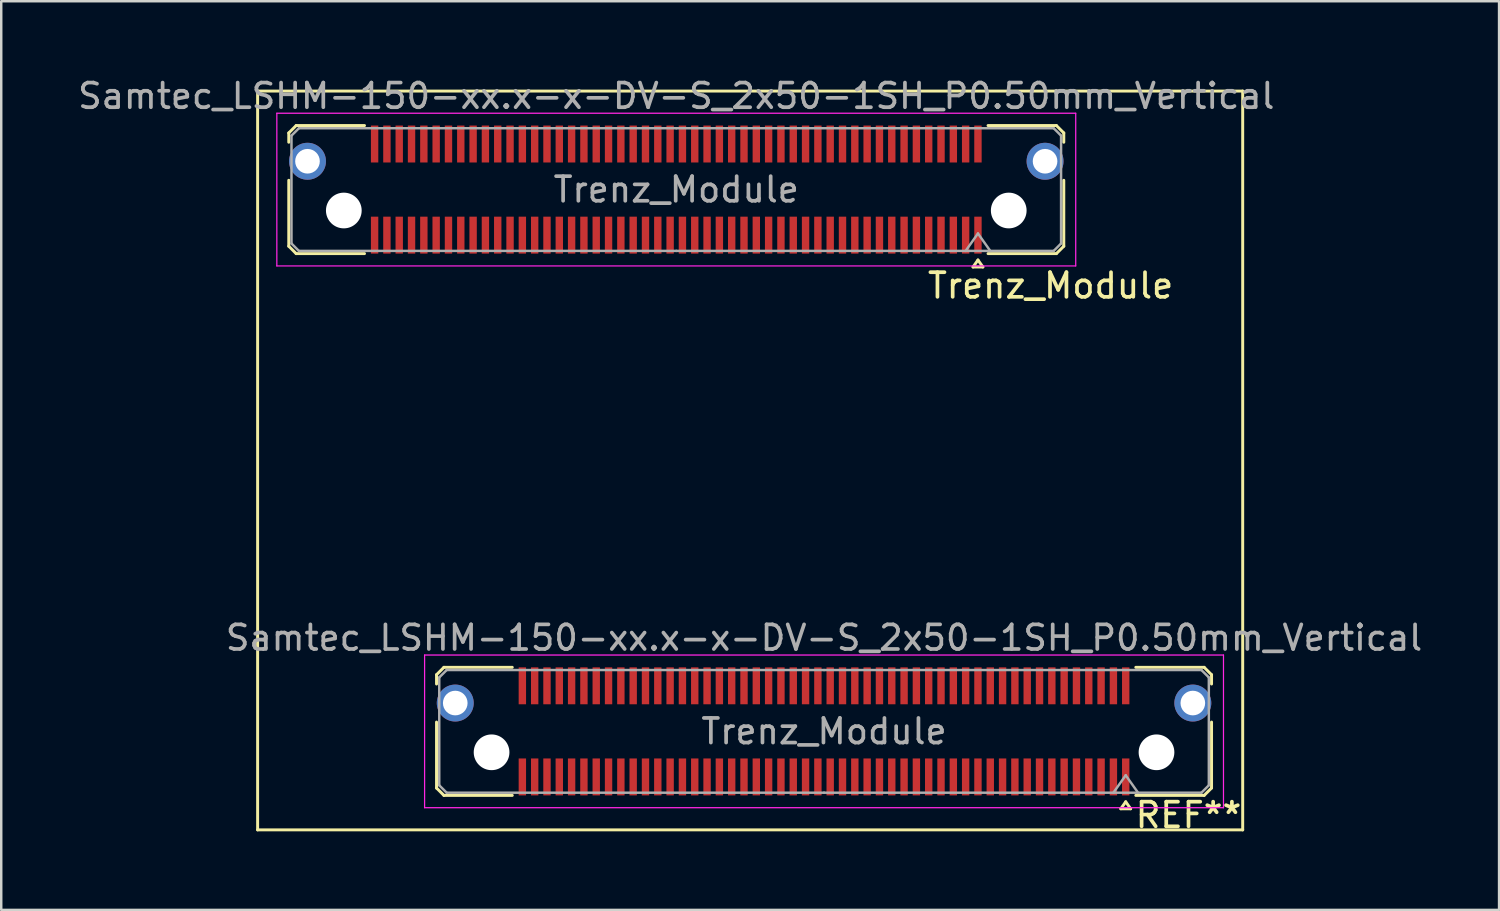
<source format=kicad_pcb>
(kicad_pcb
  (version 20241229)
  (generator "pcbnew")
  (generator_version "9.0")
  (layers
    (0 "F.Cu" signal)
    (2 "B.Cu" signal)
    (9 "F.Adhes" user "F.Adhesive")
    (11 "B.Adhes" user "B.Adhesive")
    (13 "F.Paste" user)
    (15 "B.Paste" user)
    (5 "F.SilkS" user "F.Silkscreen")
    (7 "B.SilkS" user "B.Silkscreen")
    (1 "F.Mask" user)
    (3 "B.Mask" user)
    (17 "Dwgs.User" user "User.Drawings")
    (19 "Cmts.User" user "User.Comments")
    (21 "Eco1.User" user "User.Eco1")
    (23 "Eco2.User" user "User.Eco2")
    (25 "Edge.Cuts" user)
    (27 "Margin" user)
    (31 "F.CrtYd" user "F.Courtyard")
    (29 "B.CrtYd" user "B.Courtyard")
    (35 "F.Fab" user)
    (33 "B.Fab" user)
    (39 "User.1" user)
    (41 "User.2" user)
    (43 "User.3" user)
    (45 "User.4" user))
  (footprint "Trenz_Module"
    (layer "F.Cu")
    (at 27.411 15.648)
    (property "Reference" "Trenz_Module" (at 12.2 -7.1 180) (layer "F.SilkS") (effects (font (size 1 1) (thickness 0.15))))
    (attr through_hole)
    (fp_line (start -20 -15) (end 20 -15) (stroke (width 0.12) (type solid)) (layer "F.SilkS"))
    (fp_line (start -20 15) (end -20 -15) (stroke (width 0.12) (type solid)) (layer "F.SilkS"))
    (fp_line (start -18.735 -13.3) (end -18.435 -13.6) (stroke (width 0.12) (type solid)) (layer "F.SilkS"))
    (fp_line (start -18.735 -12.923) (end -18.735 -13.3) (stroke (width 0.12) (type solid)) (layer "F.SilkS"))
    (fp_line (start -18.735 -8.7) (end -18.735 -11.377) (stroke (width 0.12) (type solid)) (layer "F.SilkS"))
    (fp_line (start -18.435 -13.6) (end -15.66 -13.6) (stroke (width 0.12) (type solid)) (layer "F.SilkS"))
    (fp_line (start -18.435 -8.4) (end -18.735 -8.7) (stroke (width 0.12) (type solid)) (layer "F.SilkS"))
    (fp_line (start -15.66 -8.4) (end -18.435 -8.4) (stroke (width 0.12) (type solid)) (layer "F.SilkS"))
    (fp_line (start -12.735 8.7) (end -12.435 8.4) (stroke (width 0.12) (type solid)) (layer "F.SilkS"))
    (fp_line (start -12.735 9.077) (end -12.735 8.7) (stroke (width 0.12) (type solid)) (layer "F.SilkS"))
    (fp_line (start -12.735 13.3) (end -12.735 10.623) (stroke (width 0.12) (type solid)) (layer "F.SilkS"))
    (fp_line (start -12.435 8.4) (end -9.66 8.4) (stroke (width 0.12) (type solid)) (layer "F.SilkS"))
    (fp_line (start -12.435 13.6) (end -12.735 13.3) (stroke (width 0.12) (type solid)) (layer "F.SilkS"))
    (fp_line (start -9.66 13.6) (end -12.435 13.6) (stroke (width 0.12) (type solid)) (layer "F.SilkS"))
    (fp_line (start 9.05 -7.857) (end 9.25 -8.14) (stroke (width 0.12) (type solid)) (layer "F.SilkS"))
    (fp_line (start 9.25 -8.14) (end 9.45 -7.857) (stroke (width 0.12) (type solid)) (layer "F.SilkS"))
    (fp_line (start 9.45 -7.857) (end 9.05 -7.857) (stroke (width 0.12) (type solid)) (layer "F.SilkS"))
    (fp_line (start 9.66 -8.4) (end 12.435 -8.4) (stroke (width 0.12) (type solid)) (layer "F.SilkS"))
    (fp_line (start 12.435 -13.6) (end 9.66 -13.6) (stroke (width 0.12) (type solid)) (layer "F.SilkS"))
    (fp_line (start 12.435 -8.4) (end 12.735 -8.7) (stroke (width 0.12) (type solid)) (layer "F.SilkS"))
    (fp_line (start 12.735 -13.3) (end 12.435 -13.6) (stroke (width 0.12) (type solid)) (layer "F.SilkS"))
    (fp_line (start 12.735 -12.923) (end 12.735 -13.3) (stroke (width 0.12) (type solid)) (layer "F.SilkS"))
    (fp_line (start 12.735 -8.7) (end 12.735 -11.377) (stroke (width 0.12) (type solid)) (layer "F.SilkS"))
    (fp_line (start 15.05 14.143) (end 15.25 13.86) (stroke (width 0.12) (type solid)) (layer "F.SilkS"))
    (fp_line (start 15.25 13.86) (end 15.45 14.143) (stroke (width 0.12) (type solid)) (layer "F.SilkS"))
    (fp_line (start 15.45 14.143) (end 15.05 14.143) (stroke (width 0.12) (type solid)) (layer "F.SilkS"))
    (fp_line (start 15.66 13.6) (end 18.435 13.6) (stroke (width 0.12) (type solid)) (layer "F.SilkS"))
    (fp_line (start 18.435 8.4) (end 15.66 8.4) (stroke (width 0.12) (type solid)) (layer "F.SilkS"))
    (fp_line (start 18.435 13.6) (end 18.735 13.3) (stroke (width 0.12) (type solid)) (layer "F.SilkS"))
    (fp_line (start 18.735 8.7) (end 18.435 8.4) (stroke (width 0.12) (type solid)) (layer "F.SilkS"))
    (fp_line (start 18.735 9.077) (end 18.735 8.7) (stroke (width 0.12) (type solid)) (layer "F.SilkS"))
    (fp_line (start 18.735 13.3) (end 18.735 10.623) (stroke (width 0.12) (type solid)) (layer "F.SilkS"))
    (fp_line (start 20 -15) (end 20 15) (stroke (width 0.12) (type solid)) (layer "F.SilkS"))
    (fp_line (start 20 15) (end -20 15) (stroke (width 0.12) (type solid)) (layer "F.SilkS"))
    (fp_line (start -19.22 -14.1) (end -19.22 -7.9) (stroke (width 0.05) (type solid)) (layer "F.CrtYd"))
    (fp_line (start -19.22 -7.9) (end 13.22 -7.9) (stroke (width 0.05) (type solid)) (layer "F.CrtYd"))
    (fp_line (start -13.22 7.9) (end -13.22 14.1) (stroke (width 0.05) (type solid)) (layer "F.CrtYd"))
    (fp_line (start -13.22 14.1) (end 19.22 14.1) (stroke (width 0.05) (type solid)) (layer "F.CrtYd"))
    (fp_line (start 13.22 -14.1) (end -19.22 -14.1) (stroke (width 0.05) (type solid)) (layer "F.CrtYd"))
    (fp_line (start 13.22 -7.9) (end 13.22 -14.1) (stroke (width 0.05) (type solid)) (layer "F.CrtYd"))
    (fp_line (start 19.22 7.9) (end -13.22 7.9) (stroke (width 0.05) (type solid)) (layer "F.CrtYd"))
    (fp_line (start 19.22 14.1) (end 19.22 7.9) (stroke (width 0.05) (type solid)) (layer "F.CrtYd"))
    (fp_line (start -18.625 -13.19) (end -18.325 -13.49) (stroke (width 0.1) (type solid)) (layer "F.Fab"))
    (fp_line (start -18.625 -8.81) (end -18.625 -13.19) (stroke (width 0.1) (type solid)) (layer "F.Fab"))
    (fp_line (start -18.325 -13.49) (end -3 -13.49) (stroke (width 0.1) (type solid)) (layer "F.Fab"))
    (fp_line (start -18.325 -8.51) (end -18.625 -8.81) (stroke (width 0.1) (type solid)) (layer "F.Fab"))
    (fp_line (start -12.625 8.81) (end -12.325 8.51) (stroke (width 0.1) (type solid)) (layer "F.Fab"))
    (fp_line (start -12.625 13.19) (end -12.625 8.81) (stroke (width 0.1) (type solid)) (layer "F.Fab"))
    (fp_line (start -12.325 8.51) (end 3 8.51) (stroke (width 0.1) (type solid)) (layer "F.Fab"))
    (fp_line (start -12.325 13.49) (end -12.625 13.19) (stroke (width 0.1) (type solid)) (layer "F.Fab"))
    (fp_line (start -3 -8.51) (end -18.325 -8.51) (stroke (width 0.1) (type solid)) (layer "F.Fab"))
    (fp_line (start -3 -8.51) (end 12.325 -8.51) (stroke (width 0.1) (type solid)) (layer "F.Fab"))
    (fp_line (start 3 13.49) (end -12.325 13.49) (stroke (width 0.1) (type solid)) (layer "F.Fab"))
    (fp_line (start 3 13.49) (end 18.325 13.49) (stroke (width 0.1) (type solid)) (layer "F.Fab"))
    (fp_line (start 9.25 -9.217) (end 8.75 -8.51) (stroke (width 0.1) (type solid)) (layer "F.Fab"))
    (fp_line (start 9.75 -8.51) (end 9.25 -9.217) (stroke (width 0.1) (type solid)) (layer "F.Fab"))
    (fp_line (start 12.325 -13.49) (end -3 -13.49) (stroke (width 0.1) (type solid)) (layer "F.Fab"))
    (fp_line (start 12.325 -8.51) (end 12.625 -8.81) (stroke (width 0.1) (type solid)) (layer "F.Fab"))
    (fp_line (start 12.625 -13.19) (end 12.325 -13.49) (stroke (width 0.1) (type solid)) (layer "F.Fab"))
    (fp_line (start 12.625 -8.81) (end 12.625 -13.19) (stroke (width 0.1) (type solid)) (layer "F.Fab"))
    (fp_line (start 15.25 12.783) (end 14.75 13.49) (stroke (width 0.1) (type solid)) (layer "F.Fab"))
    (fp_line (start 15.75 13.49) (end 15.25 12.783) (stroke (width 0.1) (type solid)) (layer "F.Fab"))
    (fp_line (start 18.325 8.51) (end 3 8.51) (stroke (width 0.1) (type solid)) (layer "F.Fab"))
    (fp_line (start 18.325 13.49) (end 18.625 13.19) (stroke (width 0.1) (type solid)) (layer "F.Fab"))
    (fp_line (start 18.625 8.81) (end 18.325 8.51) (stroke (width 0.1) (type solid)) (layer "F.Fab"))
    (fp_line (start 18.625 13.19) (end 18.625 8.81) (stroke (width 0.1) (type solid)) (layer "F.Fab"))
    (fp_text user "REF**" (at 17.8 14.4 180) (layer "F.SilkS") (effects (font (size 1 1) (thickness 0.15))))
    (fp_text user "Samtec_LSHM-150-xx.x-x-DV-S_2x50-1SH_P0.50mm_Vertical" (at 3 7.2 180) (layer "F.Fab") (effects (font (size 1 1) (thickness 0.15))))
    (fp_text user "Samtec_LSHM-150-xx.x-x-DV-S_2x50-1SH_P0.50mm_Vertical" (at -3 -14.8 180) (layer "F.Fab") (effects (font (size 1 1) (thickness 0.15))))
    (fp_text user "${REFERENCE}" (at -3 -11 180) (layer "F.Fab") (effects (font (size 1 1) (thickness 0.15))))
    (fp_text user "${REFERENCE}" (at 3 11 180) (layer "F.Fab") (effects (font (size 1 1) (thickness 0.15))))
    (pad "" np_thru_hole circle (at -16.5 -10.15 180) (size 1.45 1.45) (drill 1.45) (layers "*.Cu" "*.Mask"))
    (pad "" np_thru_hole circle (at -10.5 11.85 180) (size 1.45 1.45) (drill 1.45) (layers "*.Cu" "*.Mask"))
    (pad "" np_thru_hole circle (at 10.5 -10.15 180) (size 1.45 1.45) (drill 1.45) (layers "*.Cu" "*.Mask"))
    (pad "" np_thru_hole circle (at 16.5 11.85 180) (size 1.45 1.45) (drill 1.45) (layers "*.Cu" "*.Mask"))
    (pad "A1" smd rect (at 9.25 -9.15 180) (size 0.3 1.5) (layers "F.Cu" "F.Mask" "F.Paste"))
    (pad "A2" smd rect (at 9.25 -12.85 180) (size 0.3 1.5) (layers "F.Cu" "F.Mask" "F.Paste"))
    (pad "A3" smd rect (at 8.75 -9.15 180) (size 0.3 1.5) (layers "F.Cu" "F.Mask" "F.Paste"))
    (pad "A4" smd rect (at 8.75 -12.85 180) (size 0.3 1.5) (layers "F.Cu" "F.Mask" "F.Paste"))
    (pad "A5" smd rect (at 8.25 -9.15 180) (size 0.3 1.5) (layers "F.Cu" "F.Mask" "F.Paste"))
    (pad "A6" smd rect (at 8.25 -12.85 180) (size 0.3 1.5) (layers "F.Cu" "F.Mask" "F.Paste"))
    (pad "A7" smd rect (at 7.75 -9.15 180) (size 0.3 1.5) (layers "F.Cu" "F.Mask" "F.Paste"))
    (pad "A8" smd rect (at 7.75 -12.85 180) (size 0.3 1.5) (layers "F.Cu" "F.Mask" "F.Paste"))
    (pad "A9" smd rect (at 7.25 -9.15 180) (size 0.3 1.5) (layers "F.Cu" "F.Mask" "F.Paste"))
    (pad "A10" smd rect (at 7.25 -12.85 180) (size 0.3 1.5) (layers "F.Cu" "F.Mask" "F.Paste"))
    (pad "A11" smd rect (at 6.75 -9.15 180) (size 0.3 1.5) (layers "F.Cu" "F.Mask" "F.Paste"))
    (pad "A12" smd rect (at 6.75 -12.85 180) (size 0.3 1.5) (layers "F.Cu" "F.Mask" "F.Paste"))
    (pad "A13" smd rect (at 6.25 -9.15 180) (size 0.3 1.5) (layers "F.Cu" "F.Mask" "F.Paste"))
    (pad "A14" smd rect (at 6.25 -12.85 180) (size 0.3 1.5) (layers "F.Cu" "F.Mask" "F.Paste"))
    (pad "A15" smd rect (at 5.75 -9.15 180) (size 0.3 1.5) (layers "F.Cu" "F.Mask" "F.Paste"))
    (pad "A16" smd rect (at 5.75 -12.85 180) (size 0.3 1.5) (layers "F.Cu" "F.Mask" "F.Paste"))
    (pad "A17" smd rect (at 5.25 -9.15 180) (size 0.3 1.5) (layers "F.Cu" "F.Mask" "F.Paste"))
    (pad "A18" smd rect (at 5.25 -12.85 180) (size 0.3 1.5) (layers "F.Cu" "F.Mask" "F.Paste"))
    (pad "A19" smd rect (at 4.75 -9.15 180) (size 0.3 1.5) (layers "F.Cu" "F.Mask" "F.Paste"))
    (pad "A20" smd rect (at 4.75 -12.85 180) (size 0.3 1.5) (layers "F.Cu" "F.Mask" "F.Paste"))
    (pad "A21" smd rect (at 4.25 -9.15 180) (size 0.3 1.5) (layers "F.Cu" "F.Mask" "F.Paste"))
    (pad "A22" smd rect (at 4.25 -12.85 180) (size 0.3 1.5) (layers "F.Cu" "F.Mask" "F.Paste"))
    (pad "A23" smd rect (at 3.75 -9.15 180) (size 0.3 1.5) (layers "F.Cu" "F.Mask" "F.Paste"))
    (pad "A24" smd rect (at 3.75 -12.85 180) (size 0.3 1.5) (layers "F.Cu" "F.Mask" "F.Paste"))
    (pad "A25" smd rect (at 3.25 -9.15 180) (size 0.3 1.5) (layers "F.Cu" "F.Mask" "F.Paste"))
    (pad "A26" smd rect (at 3.25 -12.85 180) (size 0.3 1.5) (layers "F.Cu" "F.Mask" "F.Paste"))
    (pad "A27" smd rect (at 2.75 -9.15 180) (size 0.3 1.5) (layers "F.Cu" "F.Mask" "F.Paste"))
    (pad "A28" smd rect (at 2.75 -12.85 180) (size 0.3 1.5) (layers "F.Cu" "F.Mask" "F.Paste"))
    (pad "A29" smd rect (at 2.25 -9.15 180) (size 0.3 1.5) (layers "F.Cu" "F.Mask" "F.Paste"))
    (pad "A30" smd rect (at 2.25 -12.85 180) (size 0.3 1.5) (layers "F.Cu" "F.Mask" "F.Paste"))
    (pad "A31" smd rect (at 1.75 -9.15 180) (size 0.3 1.5) (layers "F.Cu" "F.Mask" "F.Paste"))
    (pad "A32" smd rect (at 1.75 -12.85 180) (size 0.3 1.5) (layers "F.Cu" "F.Mask" "F.Paste"))
    (pad "A33" smd rect (at 1.25 -9.15 180) (size 0.3 1.5) (layers "F.Cu" "F.Mask" "F.Paste"))
    (pad "A34" smd rect (at 1.25 -12.85 180) (size 0.3 1.5) (layers "F.Cu" "F.Mask" "F.Paste"))
    (pad "A35" smd rect (at 0.75 -9.15 180) (size 0.3 1.5) (layers "F.Cu" "F.Mask" "F.Paste"))
    (pad "A36" smd rect (at 0.75 -12.85 180) (size 0.3 1.5) (layers "F.Cu" "F.Mask" "F.Paste"))
    (pad "A37" smd rect (at 0.25 -9.15 180) (size 0.3 1.5) (layers "F.Cu" "F.Mask" "F.Paste"))
    (pad "A38" smd rect (at 0.25 -12.85 180) (size 0.3 1.5) (layers "F.Cu" "F.Mask" "F.Paste"))
    (pad "A39" smd rect (at -0.25 -9.15 180) (size 0.3 1.5) (layers "F.Cu" "F.Mask" "F.Paste"))
    (pad "A40" smd rect (at -0.25 -12.85 180) (size 0.3 1.5) (layers "F.Cu" "F.Mask" "F.Paste"))
    (pad "A41" smd rect (at -0.75 -9.15 180) (size 0.3 1.5) (layers "F.Cu" "F.Mask" "F.Paste"))
    (pad "A42" smd rect (at -0.75 -12.85 180) (size 0.3 1.5) (layers "F.Cu" "F.Mask" "F.Paste"))
    (pad "A43" smd rect (at -1.25 -9.15 180) (size 0.3 1.5) (layers "F.Cu" "F.Mask" "F.Paste"))
    (pad "A44" smd rect (at -1.25 -12.85 180) (size 0.3 1.5) (layers "F.Cu" "F.Mask" "F.Paste"))
    (pad "A45" smd rect (at -1.75 -9.15 180) (size 0.3 1.5) (layers "F.Cu" "F.Mask" "F.Paste"))
    (pad "A46" smd rect (at -1.75 -12.85 180) (size 0.3 1.5) (layers "F.Cu" "F.Mask" "F.Paste"))
    (pad "A47" smd rect (at -2.25 -9.15 180) (size 0.3 1.5) (layers "F.Cu" "F.Mask" "F.Paste"))
    (pad "A48" smd rect (at -2.25 -12.85 180) (size 0.3 1.5) (layers "F.Cu" "F.Mask" "F.Paste"))
    (pad "A49" smd rect (at -2.75 -9.15 180) (size 0.3 1.5) (layers "F.Cu" "F.Mask" "F.Paste"))
    (pad "A50" smd rect (at -2.75 -12.85 180) (size 0.3 1.5) (layers "F.Cu" "F.Mask" "F.Paste"))
    (pad "A51" smd rect (at -3.25 -9.15 180) (size 0.3 1.5) (layers "F.Cu" "F.Mask" "F.Paste"))
    (pad "A52" smd rect (at -3.25 -12.85 180) (size 0.3 1.5) (layers "F.Cu" "F.Mask" "F.Paste"))
    (pad "A53" smd rect (at -3.75 -9.15 180) (size 0.3 1.5) (layers "F.Cu" "F.Mask" "F.Paste"))
    (pad "A54" smd rect (at -3.75 -12.85 180) (size 0.3 1.5) (layers "F.Cu" "F.Mask" "F.Paste"))
    (pad "A55" smd rect (at -4.25 -9.15 180) (size 0.3 1.5) (layers "F.Cu" "F.Mask" "F.Paste"))
    (pad "A56" smd rect (at -4.25 -12.85 180) (size 0.3 1.5) (layers "F.Cu" "F.Mask" "F.Paste"))
    (pad "A57" smd rect (at -4.75 -9.15 180) (size 0.3 1.5) (layers "F.Cu" "F.Mask" "F.Paste"))
    (pad "A58" smd rect (at -4.75 -12.85 180) (size 0.3 1.5) (layers "F.Cu" "F.Mask" "F.Paste"))
    (pad "A59" smd rect (at -5.25 -9.15 180) (size 0.3 1.5) (layers "F.Cu" "F.Mask" "F.Paste"))
    (pad "A60" smd rect (at -5.25 -12.85 180) (size 0.3 1.5) (layers "F.Cu" "F.Mask" "F.Paste"))
    (pad "A61" smd rect (at -5.75 -9.15 180) (size 0.3 1.5) (layers "F.Cu" "F.Mask" "F.Paste"))
    (pad "A62" smd rect (at -5.75 -12.85 180) (size 0.3 1.5) (layers "F.Cu" "F.Mask" "F.Paste"))
    (pad "A63" smd rect (at -6.25 -9.15 180) (size 0.3 1.5) (layers "F.Cu" "F.Mask" "F.Paste"))
    (pad "A64" smd rect (at -6.25 -12.85 180) (size 0.3 1.5) (layers "F.Cu" "F.Mask" "F.Paste"))
    (pad "A65" smd rect (at -6.75 -9.15 180) (size 0.3 1.5) (layers "F.Cu" "F.Mask" "F.Paste"))
    (pad "A66" smd rect (at -6.75 -12.85 180) (size 0.3 1.5) (layers "F.Cu" "F.Mask" "F.Paste"))
    (pad "A67" smd rect (at -7.25 -9.15 180) (size 0.3 1.5) (layers "F.Cu" "F.Mask" "F.Paste"))
    (pad "A68" smd rect (at -7.25 -12.85 180) (size 0.3 1.5) (layers "F.Cu" "F.Mask" "F.Paste"))
    (pad "A69" smd rect (at -7.75 -9.15 180) (size 0.3 1.5) (layers "F.Cu" "F.Mask" "F.Paste"))
    (pad "A70" smd rect (at -7.75 -12.85 180) (size 0.3 1.5) (layers "F.Cu" "F.Mask" "F.Paste"))
    (pad "A71" smd rect (at -8.25 -9.15 180) (size 0.3 1.5) (layers "F.Cu" "F.Mask" "F.Paste"))
    (pad "A72" smd rect (at -8.25 -12.85 180) (size 0.3 1.5) (layers "F.Cu" "F.Mask" "F.Paste"))
    (pad "A73" smd rect (at -8.75 -9.15 180) (size 0.3 1.5) (layers "F.Cu" "F.Mask" "F.Paste"))
    (pad "A74" smd rect (at -8.75 -12.85 180) (size 0.3 1.5) (layers "F.Cu" "F.Mask" "F.Paste"))
    (pad "A75" smd rect (at -9.25 -9.15 180) (size 0.3 1.5) (layers "F.Cu" "F.Mask" "F.Paste"))
    (pad "A76" smd rect (at -9.25 -12.85 180) (size 0.3 1.5) (layers "F.Cu" "F.Mask" "F.Paste"))
    (pad "A77" smd rect (at -9.75 -9.15 180) (size 0.3 1.5) (layers "F.Cu" "F.Mask" "F.Paste"))
    (pad "A78" smd rect (at -9.75 -12.85 180) (size 0.3 1.5) (layers "F.Cu" "F.Mask" "F.Paste"))
    (pad "A79" smd rect (at -10.25 -9.15 180) (size 0.3 1.5) (layers "F.Cu" "F.Mask" "F.Paste"))
    (pad "A80" smd rect (at -10.25 -12.85 180) (size 0.3 1.5) (layers "F.Cu" "F.Mask" "F.Paste"))
    (pad "A81" smd rect (at -10.75 -9.15 180) (size 0.3 1.5) (layers "F.Cu" "F.Mask" "F.Paste"))
    (pad "A82" smd rect (at -10.75 -12.85 180) (size 0.3 1.5) (layers "F.Cu" "F.Mask" "F.Paste"))
    (pad "A83" smd rect (at -11.25 -9.15 180) (size 0.3 1.5) (layers "F.Cu" "F.Mask" "F.Paste"))
    (pad "A84" smd rect (at -11.25 -12.85 180) (size 0.3 1.5) (layers "F.Cu" "F.Mask" "F.Paste"))
    (pad "A85" smd rect (at -11.75 -9.15 180) (size 0.3 1.5) (layers "F.Cu" "F.Mask" "F.Paste"))
    (pad "A86" smd rect (at -11.75 -12.85 180) (size 0.3 1.5) (layers "F.Cu" "F.Mask" "F.Paste"))
    (pad "A87" smd rect (at -12.25 -9.15 180) (size 0.3 1.5) (layers "F.Cu" "F.Mask" "F.Paste"))
    (pad "A88" smd rect (at -12.25 -12.85 180) (size 0.3 1.5) (layers "F.Cu" "F.Mask" "F.Paste"))
    (pad "A89" smd rect (at -12.75 -9.15 180) (size 0.3 1.5) (layers "F.Cu" "F.Mask" "F.Paste"))
    (pad "A90" smd rect (at -12.75 -12.85 180) (size 0.3 1.5) (layers "F.Cu" "F.Mask" "F.Paste"))
    (pad "A91" smd rect (at -13.25 -9.15 180) (size 0.3 1.5) (layers "F.Cu" "F.Mask" "F.Paste"))
    (pad "A92" smd rect (at -13.25 -12.85 180) (size 0.3 1.5) (layers "F.Cu" "F.Mask" "F.Paste"))
    (pad "A93" smd rect (at -13.75 -9.15 180) (size 0.3 1.5) (layers "F.Cu" "F.Mask" "F.Paste"))
    (pad "A94" smd rect (at -13.75 -12.85 180) (size 0.3 1.5) (layers "F.Cu" "F.Mask" "F.Paste"))
    (pad "A95" smd rect (at -14.25 -9.15 180) (size 0.3 1.5) (layers "F.Cu" "F.Mask" "F.Paste"))
    (pad "A96" smd rect (at -14.25 -12.85 180) (size 0.3 1.5) (layers "F.Cu" "F.Mask" "F.Paste"))
    (pad "A97" smd rect (at -14.75 -9.15 180) (size 0.3 1.5) (layers "F.Cu" "F.Mask" "F.Paste"))
    (pad "A98" smd rect (at -14.75 -12.85 180) (size 0.3 1.5) (layers "F.Cu" "F.Mask" "F.Paste"))
    (pad "A99" smd rect (at -15.25 -9.15 180) (size 0.3 1.5) (layers "F.Cu" "F.Mask" "F.Paste"))
    (pad "A100" smd rect (at -15.25 -12.85 180) (size 0.3 1.5) (layers "F.Cu" "F.Mask" "F.Paste"))
    (pad "B1" smd rect (at 15.25 12.85 180) (size 0.3 1.5) (layers "F.Cu" "F.Mask" "F.Paste"))
    (pad "B2" smd rect (at 15.25 9.15 180) (size 0.3 1.5) (layers "F.Cu" "F.Mask" "F.Paste"))
    (pad "B3" smd rect (at 14.75 12.85 180) (size 0.3 1.5) (layers "F.Cu" "F.Mask" "F.Paste"))
    (pad "B4" smd rect (at 14.75 9.15 180) (size 0.3 1.5) (layers "F.Cu" "F.Mask" "F.Paste"))
    (pad "B5" smd rect (at 14.25 12.85 180) (size 0.3 1.5) (layers "F.Cu" "F.Mask" "F.Paste"))
    (pad "B6" smd rect (at 14.25 9.15 180) (size 0.3 1.5) (layers "F.Cu" "F.Mask" "F.Paste"))
    (pad "B7" smd rect (at 13.75 12.85 180) (size 0.3 1.5) (layers "F.Cu" "F.Mask" "F.Paste"))
    (pad "B8" smd rect (at 13.75 9.15 180) (size 0.3 1.5) (layers "F.Cu" "F.Mask" "F.Paste"))
    (pad "B9" smd rect (at 13.25 12.85 180) (size 0.3 1.5) (layers "F.Cu" "F.Mask" "F.Paste"))
    (pad "B10" smd rect (at 13.25 9.15 180) (size 0.3 1.5) (layers "F.Cu" "F.Mask" "F.Paste"))
    (pad "B11" smd rect (at 12.75 12.85 180) (size 0.3 1.5) (layers "F.Cu" "F.Mask" "F.Paste"))
    (pad "B12" smd rect (at 12.75 9.15 180) (size 0.3 1.5) (layers "F.Cu" "F.Mask" "F.Paste"))
    (pad "B13" smd rect (at 12.25 12.85 180) (size 0.3 1.5) (layers "F.Cu" "F.Mask" "F.Paste"))
    (pad "B14" smd rect (at 12.25 9.15 180) (size 0.3 1.5) (layers "F.Cu" "F.Mask" "F.Paste"))
    (pad "B15" smd rect (at 11.75 12.85 180) (size 0.3 1.5) (layers "F.Cu" "F.Mask" "F.Paste"))
    (pad "B16" smd rect (at 11.75 9.15 180) (size 0.3 1.5) (layers "F.Cu" "F.Mask" "F.Paste"))
    (pad "B17" smd rect (at 11.25 12.85 180) (size 0.3 1.5) (layers "F.Cu" "F.Mask" "F.Paste"))
    (pad "B18" smd rect (at 11.25 9.15 180) (size 0.3 1.5) (layers "F.Cu" "F.Mask" "F.Paste"))
    (pad "B19" smd rect (at 10.75 12.85 180) (size 0.3 1.5) (layers "F.Cu" "F.Mask" "F.Paste"))
    (pad "B20" smd rect (at 10.75 9.15 180) (size 0.3 1.5) (layers "F.Cu" "F.Mask" "F.Paste"))
    (pad "B21" smd rect (at 10.25 12.85 180) (size 0.3 1.5) (layers "F.Cu" "F.Mask" "F.Paste"))
    (pad "B22" smd rect (at 10.25 9.15 180) (size 0.3 1.5) (layers "F.Cu" "F.Mask" "F.Paste"))
    (pad "B23" smd rect (at 9.75 12.85 180) (size 0.3 1.5) (layers "F.Cu" "F.Mask" "F.Paste"))
    (pad "B24" smd rect (at 9.75 9.15 180) (size 0.3 1.5) (layers "F.Cu" "F.Mask" "F.Paste"))
    (pad "B25" smd rect (at 9.25 12.85 180) (size 0.3 1.5) (layers "F.Cu" "F.Mask" "F.Paste"))
    (pad "B26" smd rect (at 9.25 9.15 180) (size 0.3 1.5) (layers "F.Cu" "F.Mask" "F.Paste"))
    (pad "B27" smd rect (at 8.75 12.85 180) (size 0.3 1.5) (layers "F.Cu" "F.Mask" "F.Paste"))
    (pad "B28" smd rect (at 8.75 9.15 180) (size 0.3 1.5) (layers "F.Cu" "F.Mask" "F.Paste"))
    (pad "B29" smd rect (at 8.25 12.85 180) (size 0.3 1.5) (layers "F.Cu" "F.Mask" "F.Paste"))
    (pad "B30" smd rect (at 8.25 9.15 180) (size 0.3 1.5) (layers "F.Cu" "F.Mask" "F.Paste"))
    (pad "B31" smd rect (at 7.75 12.85 180) (size 0.3 1.5) (layers "F.Cu" "F.Mask" "F.Paste"))
    (pad "B32" smd rect (at 7.75 9.15 180) (size 0.3 1.5) (layers "F.Cu" "F.Mask" "F.Paste"))
    (pad "B33" smd rect (at 7.25 12.85 180) (size 0.3 1.5) (layers "F.Cu" "F.Mask" "F.Paste"))
    (pad "B34" smd rect (at 7.25 9.15 180) (size 0.3 1.5) (layers "F.Cu" "F.Mask" "F.Paste"))
    (pad "B35" smd rect (at 6.75 12.85 180) (size 0.3 1.5) (layers "F.Cu" "F.Mask" "F.Paste"))
    (pad "B36" smd rect (at 6.75 9.15 180) (size 0.3 1.5) (layers "F.Cu" "F.Mask" "F.Paste"))
    (pad "B37" smd rect (at 6.25 12.85 180) (size 0.3 1.5) (layers "F.Cu" "F.Mask" "F.Paste"))
    (pad "B38" smd rect (at 6.25 9.15 180) (size 0.3 1.5) (layers "F.Cu" "F.Mask" "F.Paste"))
    (pad "B39" smd rect (at 5.75 12.85 180) (size 0.3 1.5) (layers "F.Cu" "F.Mask" "F.Paste"))
    (pad "B40" smd rect (at 5.75 9.15 180) (size 0.3 1.5) (layers "F.Cu" "F.Mask" "F.Paste"))
    (pad "B41" smd rect (at 5.25 12.85 180) (size 0.3 1.5) (layers "F.Cu" "F.Mask" "F.Paste"))
    (pad "B42" smd rect (at 5.25 9.15 180) (size 0.3 1.5) (layers "F.Cu" "F.Mask" "F.Paste"))
    (pad "B43" smd rect (at 4.75 12.85 180) (size 0.3 1.5) (layers "F.Cu" "F.Mask" "F.Paste"))
    (pad "B44" smd rect (at 4.75 9.15 180) (size 0.3 1.5) (layers "F.Cu" "F.Mask" "F.Paste"))
    (pad "B45" smd rect (at 4.25 12.85 180) (size 0.3 1.5) (layers "F.Cu" "F.Mask" "F.Paste"))
    (pad "B46" smd rect (at 4.25 9.15 180) (size 0.3 1.5) (layers "F.Cu" "F.Mask" "F.Paste"))
    (pad "B47" smd rect (at 3.75 12.85 180) (size 0.3 1.5) (layers "F.Cu" "F.Mask" "F.Paste"))
    (pad "B48" smd rect (at 3.75 9.15 180) (size 0.3 1.5) (layers "F.Cu" "F.Mask" "F.Paste"))
    (pad "B49" smd rect (at 3.25 12.85 180) (size 0.3 1.5) (layers "F.Cu" "F.Mask" "F.Paste"))
    (pad "B50" smd rect (at 3.25 9.15 180) (size 0.3 1.5) (layers "F.Cu" "F.Mask" "F.Paste"))
    (pad "B51" smd rect (at 2.75 12.85 180) (size 0.3 1.5) (layers "F.Cu" "F.Mask" "F.Paste"))
    (pad "B52" smd rect (at 2.75 9.15 180) (size 0.3 1.5) (layers "F.Cu" "F.Mask" "F.Paste"))
    (pad "B53" smd rect (at 2.25 12.85 180) (size 0.3 1.5) (layers "F.Cu" "F.Mask" "F.Paste"))
    (pad "B54" smd rect (at 2.25 9.15 180) (size 0.3 1.5) (layers "F.Cu" "F.Mask" "F.Paste"))
    (pad "B55" smd rect (at 1.75 12.85 180) (size 0.3 1.5) (layers "F.Cu" "F.Mask" "F.Paste"))
    (pad "B56" smd rect (at 1.75 9.15 180) (size 0.3 1.5) (layers "F.Cu" "F.Mask" "F.Paste"))
    (pad "B57" smd rect (at 1.25 12.85 180) (size 0.3 1.5) (layers "F.Cu" "F.Mask" "F.Paste"))
    (pad "B58" smd rect (at 1.25 9.15 180) (size 0.3 1.5) (layers "F.Cu" "F.Mask" "F.Paste"))
    (pad "B59" smd rect (at 0.75 12.85 180) (size 0.3 1.5) (layers "F.Cu" "F.Mask" "F.Paste"))
    (pad "B60" smd rect (at 0.75 9.15 180) (size 0.3 1.5) (layers "F.Cu" "F.Mask" "F.Paste"))
    (pad "B61" smd rect (at 0.25 12.85 180) (size 0.3 1.5) (layers "F.Cu" "F.Mask" "F.Paste"))
    (pad "B62" smd rect (at 0.25 9.15 180) (size 0.3 1.5) (layers "F.Cu" "F.Mask" "F.Paste"))
    (pad "B63" smd rect (at -0.25 12.85 180) (size 0.3 1.5) (layers "F.Cu" "F.Mask" "F.Paste"))
    (pad "B64" smd rect (at -0.25 9.15 180) (size 0.3 1.5) (layers "F.Cu" "F.Mask" "F.Paste"))
    (pad "B65" smd rect (at -0.75 12.85 180) (size 0.3 1.5) (layers "F.Cu" "F.Mask" "F.Paste"))
    (pad "B66" smd rect (at -0.75 9.15 180) (size 0.3 1.5) (layers "F.Cu" "F.Mask" "F.Paste"))
    (pad "B67" smd rect (at -1.25 12.85 180) (size 0.3 1.5) (layers "F.Cu" "F.Mask" "F.Paste"))
    (pad "B68" smd rect (at -1.25 9.15 180) (size 0.3 1.5) (layers "F.Cu" "F.Mask" "F.Paste"))
    (pad "B69" smd rect (at -1.75 12.85 180) (size 0.3 1.5) (layers "F.Cu" "F.Mask" "F.Paste"))
    (pad "B70" smd rect (at -1.75 9.15 180) (size 0.3 1.5) (layers "F.Cu" "F.Mask" "F.Paste"))
    (pad "B71" smd rect (at -2.25 12.85 180) (size 0.3 1.5) (layers "F.Cu" "F.Mask" "F.Paste"))
    (pad "B72" smd rect (at -2.25 9.15 180) (size 0.3 1.5) (layers "F.Cu" "F.Mask" "F.Paste"))
    (pad "B73" smd rect (at -2.75 12.85 180) (size 0.3 1.5) (layers "F.Cu" "F.Mask" "F.Paste"))
    (pad "B74" smd rect (at -2.75 9.15 180) (size 0.3 1.5) (layers "F.Cu" "F.Mask" "F.Paste"))
    (pad "B75" smd rect (at -3.25 12.85 180) (size 0.3 1.5) (layers "F.Cu" "F.Mask" "F.Paste"))
    (pad "B76" smd rect (at -3.25 9.15 180) (size 0.3 1.5) (layers "F.Cu" "F.Mask" "F.Paste"))
    (pad "B77" smd rect (at -3.75 12.85 180) (size 0.3 1.5) (layers "F.Cu" "F.Mask" "F.Paste"))
    (pad "B78" smd rect (at -3.75 9.15 180) (size 0.3 1.5) (layers "F.Cu" "F.Mask" "F.Paste"))
    (pad "B79" smd rect (at -4.25 12.85 180) (size 0.3 1.5) (layers "F.Cu" "F.Mask" "F.Paste"))
    (pad "B80" smd rect (at -4.25 9.15 180) (size 0.3 1.5) (layers "F.Cu" "F.Mask" "F.Paste"))
    (pad "B81" smd rect (at -4.75 12.85 180) (size 0.3 1.5) (layers "F.Cu" "F.Mask" "F.Paste"))
    (pad "B82" smd rect (at -4.75 9.15 180) (size 0.3 1.5) (layers "F.Cu" "F.Mask" "F.Paste"))
    (pad "B83" smd rect (at -5.25 12.85 180) (size 0.3 1.5) (layers "F.Cu" "F.Mask" "F.Paste"))
    (pad "B84" smd rect (at -5.25 9.15 180) (size 0.3 1.5) (layers "F.Cu" "F.Mask" "F.Paste"))
    (pad "B85" smd rect (at -5.75 12.85 180) (size 0.3 1.5) (layers "F.Cu" "F.Mask" "F.Paste"))
    (pad "B86" smd rect (at -5.75 9.15 180) (size 0.3 1.5) (layers "F.Cu" "F.Mask" "F.Paste"))
    (pad "B87" smd rect (at -6.25 12.85 180) (size 0.3 1.5) (layers "F.Cu" "F.Mask" "F.Paste"))
    (pad "B88" smd rect (at -6.25 9.15 180) (size 0.3 1.5) (layers "F.Cu" "F.Mask" "F.Paste"))
    (pad "B89" smd rect (at -6.75 12.85 180) (size 0.3 1.5) (layers "F.Cu" "F.Mask" "F.Paste"))
    (pad "B90" smd rect (at -6.75 9.15 180) (size 0.3 1.5) (layers "F.Cu" "F.Mask" "F.Paste"))
    (pad "B91" smd rect (at -7.25 12.85 180) (size 0.3 1.5) (layers "F.Cu" "F.Mask" "F.Paste"))
    (pad "B92" smd rect (at -7.25 9.15 180) (size 0.3 1.5) (layers "F.Cu" "F.Mask" "F.Paste"))
    (pad "B93" smd rect (at -7.75 12.85 180) (size 0.3 1.5) (layers "F.Cu" "F.Mask" "F.Paste"))
    (pad "B94" smd rect (at -7.75 9.15 180) (size 0.3 1.5) (layers "F.Cu" "F.Mask" "F.Paste"))
    (pad "B95" smd rect (at -8.25 12.85 180) (size 0.3 1.5) (layers "F.Cu" "F.Mask" "F.Paste"))
    (pad "B96" smd rect (at -8.25 9.15 180) (size 0.3 1.5) (layers "F.Cu" "F.Mask" "F.Paste"))
    (pad "B97" smd rect (at -8.75 12.85 180) (size 0.3 1.5) (layers "F.Cu" "F.Mask" "F.Paste"))
    (pad "B98" smd rect (at -8.75 9.15 180) (size 0.3 1.5) (layers "F.Cu" "F.Mask" "F.Paste"))
    (pad "B99" smd rect (at -9.25 12.85 180) (size 0.3 1.5) (layers "F.Cu" "F.Mask" "F.Paste"))
    (pad "B100" smd rect (at -9.25 9.15 180) (size 0.3 1.5) (layers "F.Cu" "F.Mask" "F.Paste"))
    (pad "SH" thru_hole circle (at -17.975 -12.15 180) (size 1.5 1.5) (drill 1) (layers "*.Cu" "*.Mask"))
    (pad "SH" thru_hole circle (at -11.975 9.85 180) (size 1.5 1.5) (drill 1) (layers "*.Cu" "*.Mask"))
    (pad "SH" thru_hole circle (at 11.975 -12.15 180) (size 1.5 1.5) (drill 1) (layers "*.Cu" "*.Mask"))
    (pad "SH" thru_hole circle (at 17.975 9.85 180) (size 1.5 1.5) (drill 1) (layers "*.Cu" "*.Mask")))
  (gr_rect
    (start -3 -3)
    (end 57.821 33.897)
    (stroke (width 0.1) (type default))
    (fill no)
    (layer "Edge.Cuts")))
</source>
